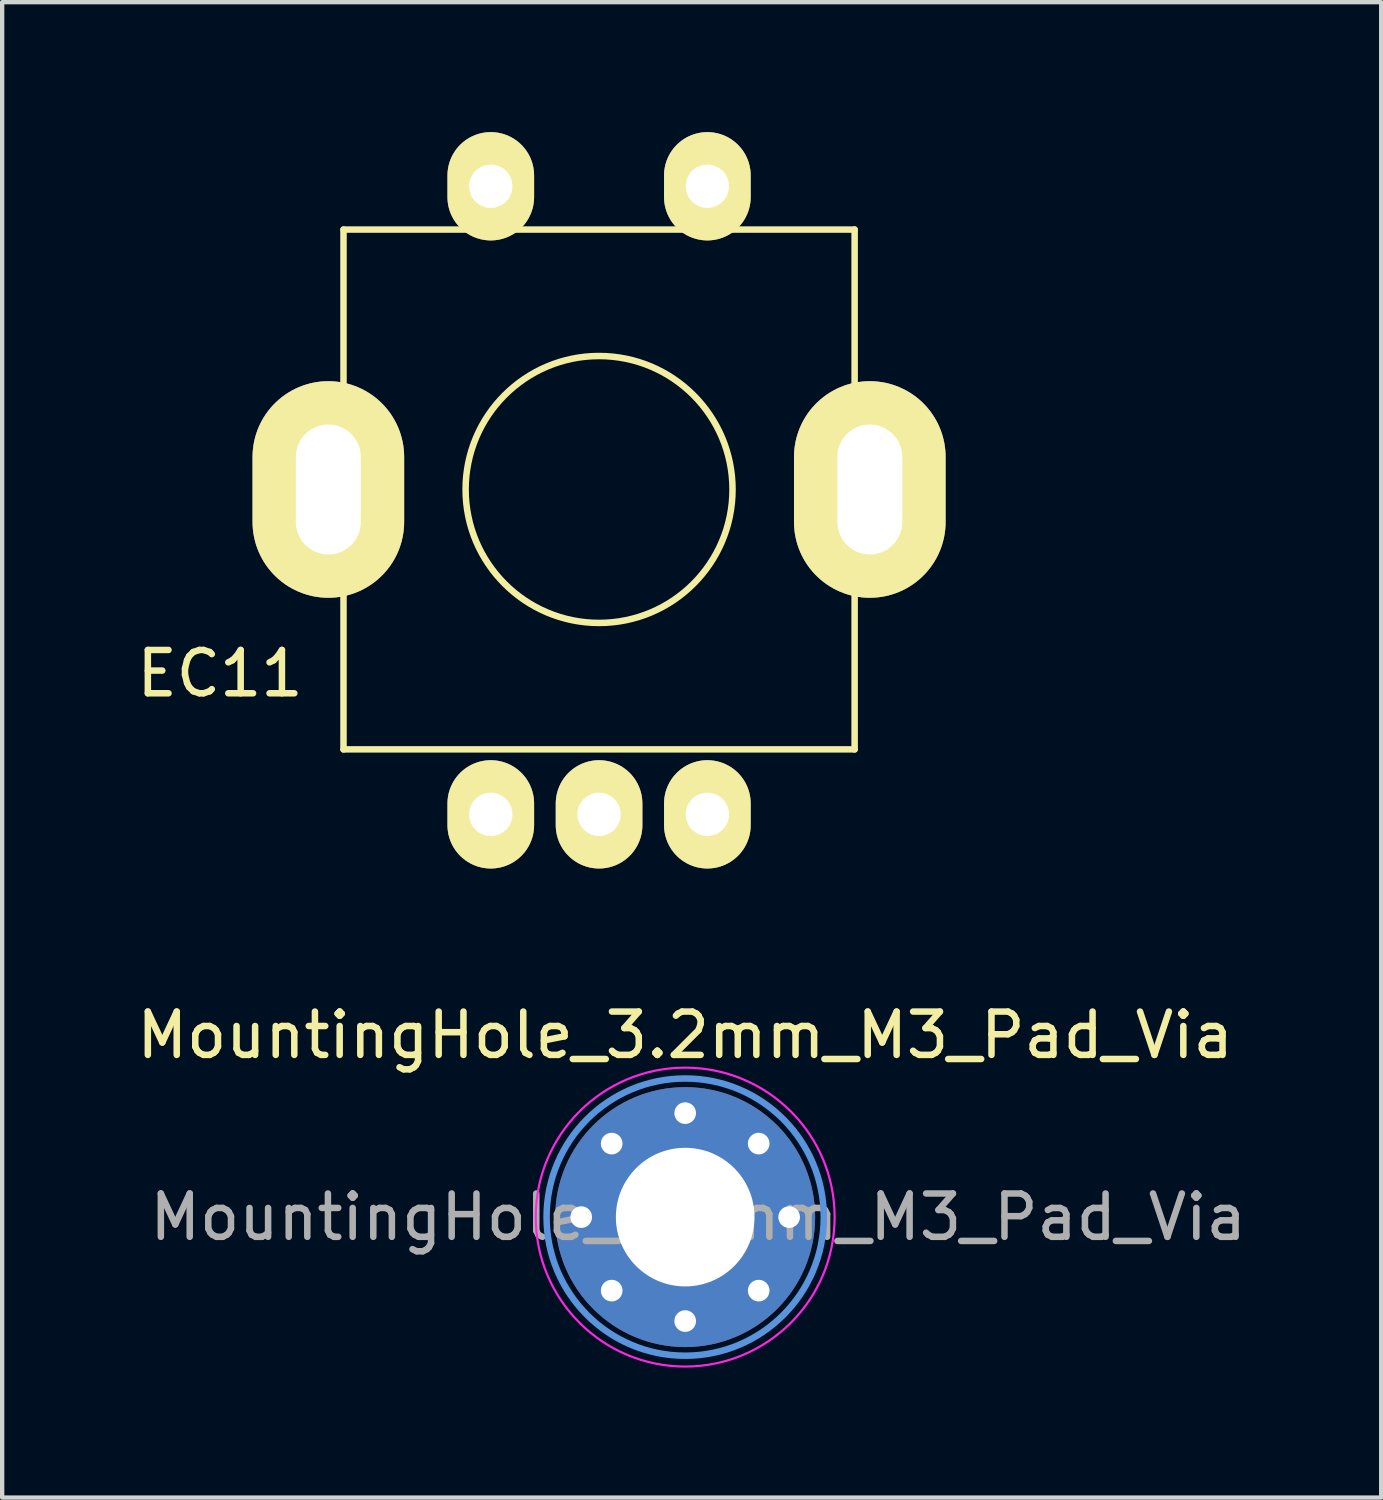
<source format=kicad_pcb>
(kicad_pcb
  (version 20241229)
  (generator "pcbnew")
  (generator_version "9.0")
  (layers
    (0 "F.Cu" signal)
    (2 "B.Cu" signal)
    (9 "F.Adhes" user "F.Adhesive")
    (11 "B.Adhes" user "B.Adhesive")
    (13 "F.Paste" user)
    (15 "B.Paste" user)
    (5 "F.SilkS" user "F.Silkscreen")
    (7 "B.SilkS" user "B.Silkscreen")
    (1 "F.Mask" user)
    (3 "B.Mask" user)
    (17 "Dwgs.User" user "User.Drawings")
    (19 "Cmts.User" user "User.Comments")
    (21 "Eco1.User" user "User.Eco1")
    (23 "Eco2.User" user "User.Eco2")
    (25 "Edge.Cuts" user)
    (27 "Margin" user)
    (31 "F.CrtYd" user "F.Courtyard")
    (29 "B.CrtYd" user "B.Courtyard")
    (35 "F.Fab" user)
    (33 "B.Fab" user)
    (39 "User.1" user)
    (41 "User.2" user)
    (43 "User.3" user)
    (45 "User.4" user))
  (footprint "EC11"
    (layer "F.Cu")
    (at 10.78 8.25)
    (property "Reference" "EC11" (at -8.75 4.25 0) (layer "F.SilkS") (effects (font (size 1 1) (thickness 0.15))))
    (attr through_hole)
    (fp_line (start -5.9 -6) (end -5.9 6) (stroke (width 0.15) (type solid)) (layer "F.SilkS"))
    (fp_line (start -5.9 6) (end 5.9 6) (stroke (width 0.15) (type solid)) (layer "F.SilkS"))
    (fp_line (start 5.9 -6) (end -5.9 -6) (stroke (width 0.15) (type solid)) (layer "F.SilkS"))
    (fp_line (start 5.9 6) (end 5.9 -6) (stroke (width 0.15) (type solid)) (layer "F.SilkS"))
    (fp_circle (center 0 0) (end 2.05 2.3) (stroke (width 0.15) (type solid)) (fill no) (layer "F.SilkS"))
    (pad "" np_thru_hole oval (at -6.25 0) (size 3.5 5) (drill oval 1.5 3) (layers "*.Cu" "*.Mask" "F.SilkS"))
    (pad "" np_thru_hole oval (at 6.25 0) (size 3.5 5) (drill oval 1.5 3) (layers "*.Cu" "*.Mask" "F.SilkS"))
    (pad "1" thru_hole oval (at -2.5 7.5) (size 2 2.5) (drill 1) (layers "*.Cu" "*.Mask" "F.SilkS"))
    (pad "2" thru_hole oval (at 0 7.5) (size 2 2.5) (drill 1) (layers "*.Cu" "*.Mask" "F.SilkS"))
    (pad "3" thru_hole oval (at 2.5 7.5) (size 2 2.5) (drill 1) (layers "*.Cu" "*.Mask" "F.SilkS"))
    (pad "4" thru_hole oval (at 2.5 -7) (size 2 2.5) (drill 1) (layers "*.Cu" "*.Mask" "F.SilkS"))
    (pad "5" thru_hole oval (at -2.5 -7) (size 2 2.5) (drill 1) (layers "*.Cu" "*.Mask" "F.SilkS")))
  (footprint "MountingHole_3.2mm_M3_Pad_Via"
    (layer "F.Cu")
    (at 12.768 25.048)
    (property "Reference" "MountingHole_3.2mm_M3_Pad_Via" (at 0 -4.2 0) (layer "F.SilkS") (effects (font (size 1 1) (thickness 0.15))))
    (attr exclude_from_pos_files exclude_from_bom)
    (fp_circle (center 0 0) (end 3.2 0) (stroke (width 0.15) (type solid)) (fill no) (layer "Cmts.User"))
    (fp_circle (center 0 0) (end 3.45 0) (stroke (width 0.05) (type solid)) (fill no) (layer "F.CrtYd"))
    (fp_text user "${REFERENCE}" (at 0.3 0 0) (layer "F.Fab") (effects (font (size 1 1) (thickness 0.15))))
    (pad "1" thru_hole circle (at -2.4 0) (size 0.8 0.8) (drill 0.5) (layers "*.Cu" "*.Mask"))
    (pad "1" thru_hole circle (at -1.697 -1.697) (size 0.8 0.8) (drill 0.5) (layers "*.Cu" "*.Mask"))
    (pad "1" thru_hole circle (at -1.697 1.697) (size 0.8 0.8) (drill 0.5) (layers "*.Cu" "*.Mask"))
    (pad "1" thru_hole circle (at 0 -2.4) (size 0.8 0.8) (drill 0.5) (layers "*.Cu" "*.Mask"))
    (pad "1" thru_hole circle (at 0 0) (size 6 6) (drill 3.2) (layers "*.Cu" "*.Mask"))
    (pad "1" thru_hole circle (at 0 2.4) (size 0.8 0.8) (drill 0.5) (layers "*.Cu" "*.Mask"))
    (pad "1" thru_hole circle (at 1.697 -1.697) (size 0.8 0.8) (drill 0.5) (layers "*.Cu" "*.Mask"))
    (pad "1" thru_hole circle (at 1.697 1.697) (size 0.8 0.8) (drill 0.5) (layers "*.Cu" "*.Mask"))
    (pad "1" thru_hole circle (at 2.4 0) (size 0.8 0.8) (drill 0.5) (layers "*.Cu" "*.Mask")))
  (gr_rect
    (start -3 -3)
    (end 28.836 31.523)
    (stroke (width 0.1) (type default))
    (fill no)
    (layer "Edge.Cuts")))
</source>
